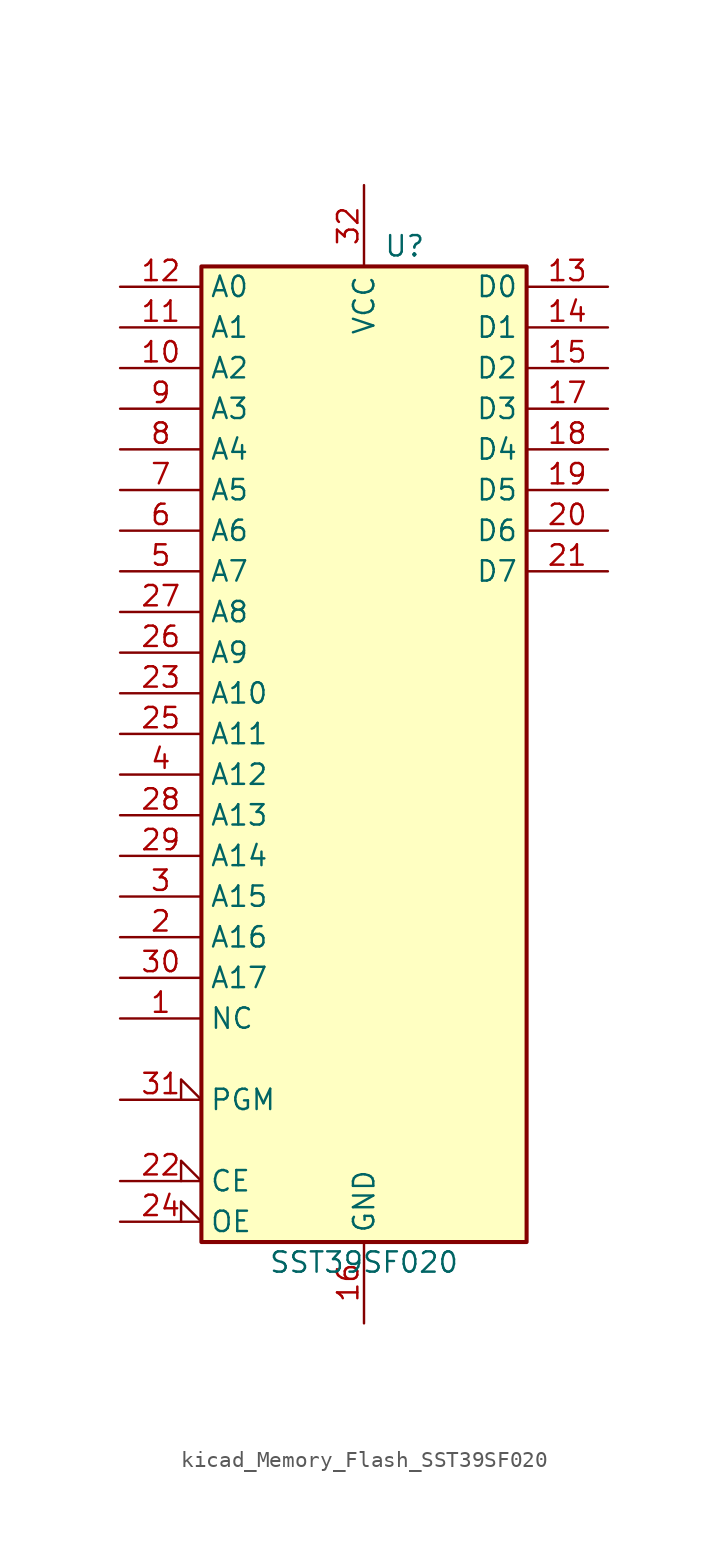
<source format=kicad_sym>
(kicad_symbol_lib
  (version 20220914)
  (generator kicad_symbol_editor)
  (symbol "kicad_Memory_Flash_SST39SF020"
    (property "Reference" "U"
      (at 2.54 33.02 0)
      (effects (font (size 1.27 1.27))))
    (property "Value" "SST39SF020"
      (at 0 -30.48 0)
      (effects (font (size 1.27 1.27))))
    (symbol "kicad_Memory_Flash_SST39SF020_0_0"
      (pin power_in line (at 0 -34.29 90) (length 5.08) (name "GND" (effects (font (size 1.27 1.27)))) (number "16" (effects (font (size 1.27 1.27)))))
      (pin power_in line (at 0 36.83 270) (length 5.08) (name "VCC" (effects (font (size 1.27 1.27)))) (number "32" (effects (font (size 1.27 1.27))))))
    (symbol "kicad_Memory_Flash_SST39SF020_0_1"
      (rectangle (start -10.16 31.75) (end 10.16 -29.21) (stroke (width 0.254) (type default)) (fill (type background))))
    (symbol "kicad_Memory_Flash_SST39SF020_1_1"
      (pin input line (at -15.24 -15.24 0) (length 5.08) (name "NC" (effects (font (size 1.27 1.27)))) (number "1" (effects (font (size 1.27 1.27)))))
      (pin input line (at -15.24 25.4 0) (length 5.08) (name "A2" (effects (font (size 1.27 1.27)))) (number "10" (effects (font (size 1.27 1.27)))))
      (pin input line (at -15.24 27.94 0) (length 5.08) (name "A1" (effects (font (size 1.27 1.27)))) (number "11" (effects (font (size 1.27 1.27)))))
      (pin input line (at -15.24 30.48 0) (length 5.08) (name "A0" (effects (font (size 1.27 1.27)))) (number "12" (effects (font (size 1.27 1.27)))))
      (pin tri_state line (at 15.24 30.48 180) (length 5.08) (name "D0" (effects (font (size 1.27 1.27)))) (number "13" (effects (font (size 1.27 1.27)))))
      (pin tri_state line (at 15.24 27.94 180) (length 5.08) (name "D1" (effects (font (size 1.27 1.27)))) (number "14" (effects (font (size 1.27 1.27)))))
      (pin tri_state line (at 15.24 25.4 180) (length 5.08) (name "D2" (effects (font (size 1.27 1.27)))) (number "15" (effects (font (size 1.27 1.27)))))
      (pin tri_state line (at 15.24 22.86 180) (length 5.08) (name "D3" (effects (font (size 1.27 1.27)))) (number "17" (effects (font (size 1.27 1.27)))))
      (pin tri_state line (at 15.24 20.32 180) (length 5.08) (name "D4" (effects (font (size 1.27 1.27)))) (number "18" (effects (font (size 1.27 1.27)))))
      (pin tri_state line (at 15.24 17.78 180) (length 5.08) (name "D5" (effects (font (size 1.27 1.27)))) (number "19" (effects (font (size 1.27 1.27)))))
      (pin input line (at -15.24 -10.16 0) (length 5.08) (name "A16" (effects (font (size 1.27 1.27)))) (number "2" (effects (font (size 1.27 1.27)))))
      (pin tri_state line (at 15.24 15.24 180) (length 5.08) (name "D6" (effects (font (size 1.27 1.27)))) (number "20" (effects (font (size 1.27 1.27)))))
      (pin tri_state line (at 15.24 12.7 180) (length 5.08) (name "D7" (effects (font (size 1.27 1.27)))) (number "21" (effects (font (size 1.27 1.27)))))
      (pin input input_low (at -15.24 -25.4 0) (length 5.08) (name "CE" (effects (font (size 1.27 1.27)))) (number "22" (effects (font (size 1.27 1.27)))))
      (pin input line (at -15.24 5.08 0) (length 5.08) (name "A10" (effects (font (size 1.27 1.27)))) (number "23" (effects (font (size 1.27 1.27)))))
      (pin input input_low (at -15.24 -27.94 0) (length 5.08) (name "OE" (effects (font (size 1.27 1.27)))) (number "24" (effects (font (size 1.27 1.27)))))
      (pin input line (at -15.24 2.54 0) (length 5.08) (name "A11" (effects (font (size 1.27 1.27)))) (number "25" (effects (font (size 1.27 1.27)))))
      (pin input line (at -15.24 7.62 0) (length 5.08) (name "A9" (effects (font (size 1.27 1.27)))) (number "26" (effects (font (size 1.27 1.27)))))
      (pin input line (at -15.24 10.16 0) (length 5.08) (name "A8" (effects (font (size 1.27 1.27)))) (number "27" (effects (font (size 1.27 1.27)))))
      (pin input line (at -15.24 -2.54 0) (length 5.08) (name "A13" (effects (font (size 1.27 1.27)))) (number "28" (effects (font (size 1.27 1.27)))))
      (pin input line (at -15.24 -5.08 0) (length 5.08) (name "A14" (effects (font (size 1.27 1.27)))) (number "29" (effects (font (size 1.27 1.27)))))
      (pin input line (at -15.24 -7.62 0) (length 5.08) (name "A15" (effects (font (size 1.27 1.27)))) (number "3" (effects (font (size 1.27 1.27)))))
      (pin input line (at -15.24 -12.7 0) (length 5.08) (name "A17" (effects (font (size 1.27 1.27)))) (number "30" (effects (font (size 1.27 1.27)))))
      (pin input input_low (at -15.24 -20.32 0) (length 5.08) (name "PGM" (effects (font (size 1.27 1.27)))) (number "31" (effects (font (size 1.27 1.27)))))
      (pin input line (at -15.24 0 0) (length 5.08) (name "A12" (effects (font (size 1.27 1.27)))) (number "4" (effects (font (size 1.27 1.27)))))
      (pin input line (at -15.24 12.7 0) (length 5.08) (name "A7" (effects (font (size 1.27 1.27)))) (number "5" (effects (font (size 1.27 1.27)))))
      (pin input line (at -15.24 15.24 0) (length 5.08) (name "A6" (effects (font (size 1.27 1.27)))) (number "6" (effects (font (size 1.27 1.27)))))
      (pin input line (at -15.24 17.78 0) (length 5.08) (name "A5" (effects (font (size 1.27 1.27)))) (number "7" (effects (font (size 1.27 1.27)))))
      (pin input line (at -15.24 20.32 0) (length 5.08) (name "A4" (effects (font (size 1.27 1.27)))) (number "8" (effects (font (size 1.27 1.27)))))
      (pin input line (at -15.24 22.86 0) (length 5.08) (name "A3" (effects (font (size 1.27 1.27)))) (number "9" (effects (font (size 1.27 1.27))))))))
</source>
